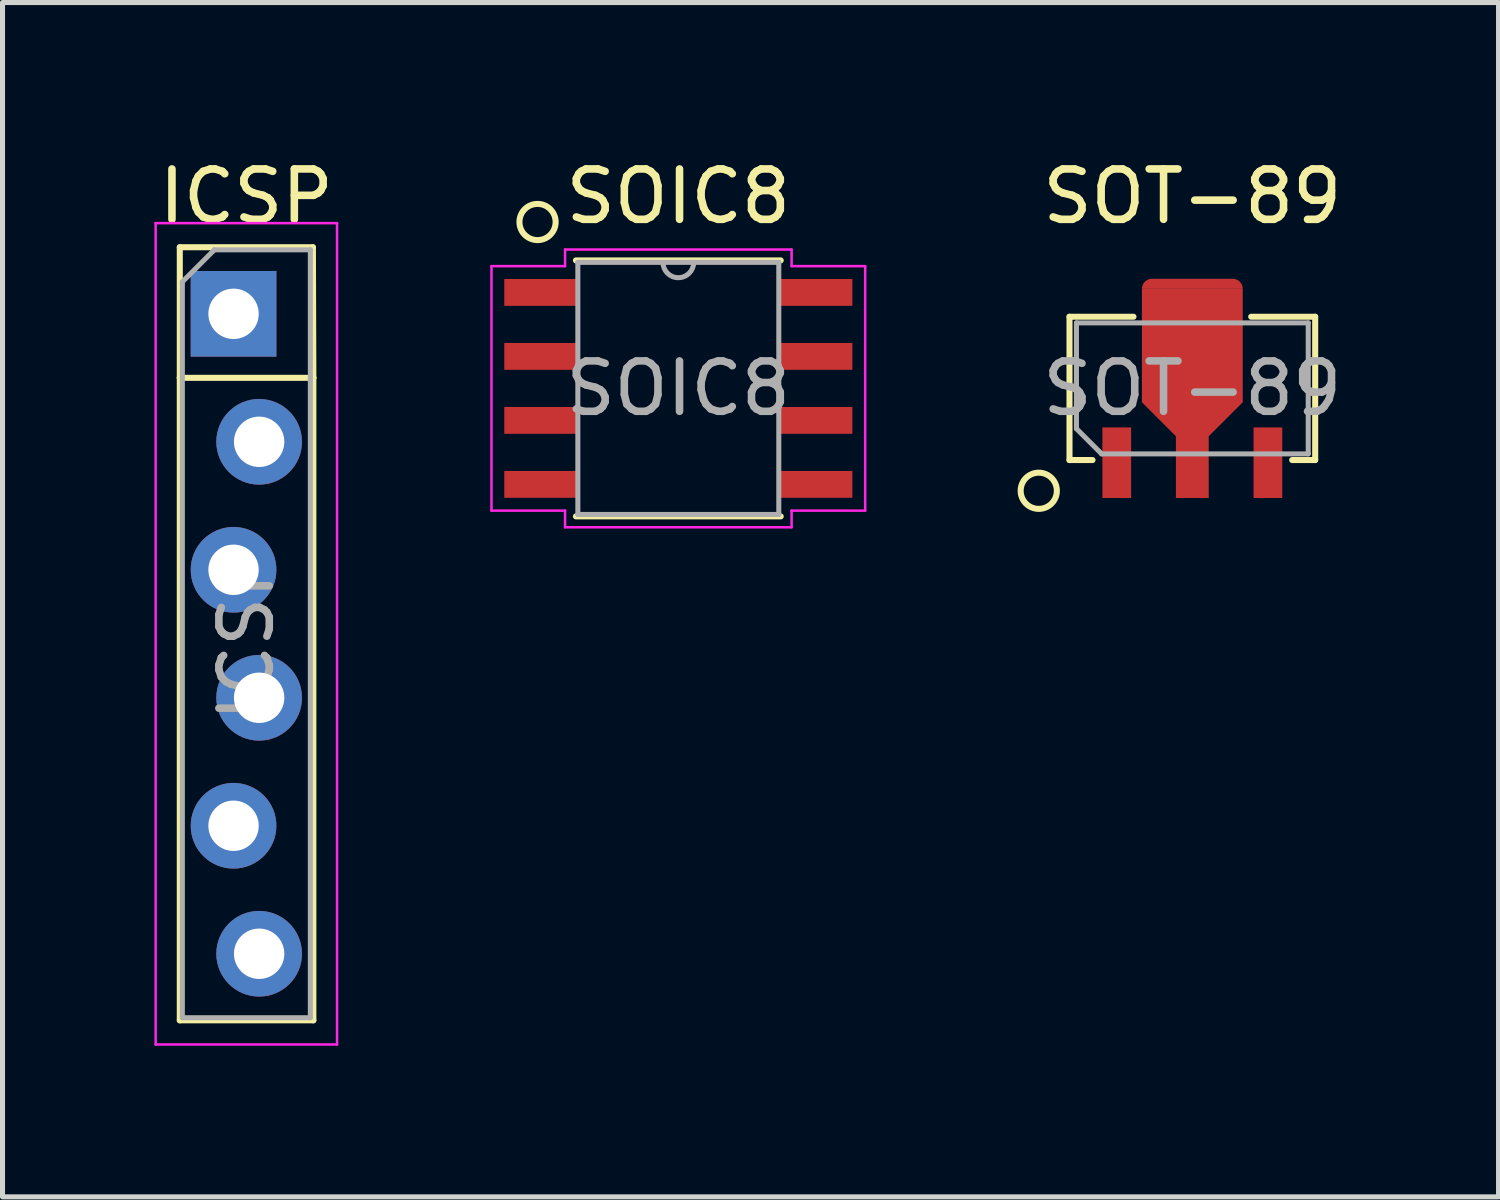
<source format=kicad_pcb>
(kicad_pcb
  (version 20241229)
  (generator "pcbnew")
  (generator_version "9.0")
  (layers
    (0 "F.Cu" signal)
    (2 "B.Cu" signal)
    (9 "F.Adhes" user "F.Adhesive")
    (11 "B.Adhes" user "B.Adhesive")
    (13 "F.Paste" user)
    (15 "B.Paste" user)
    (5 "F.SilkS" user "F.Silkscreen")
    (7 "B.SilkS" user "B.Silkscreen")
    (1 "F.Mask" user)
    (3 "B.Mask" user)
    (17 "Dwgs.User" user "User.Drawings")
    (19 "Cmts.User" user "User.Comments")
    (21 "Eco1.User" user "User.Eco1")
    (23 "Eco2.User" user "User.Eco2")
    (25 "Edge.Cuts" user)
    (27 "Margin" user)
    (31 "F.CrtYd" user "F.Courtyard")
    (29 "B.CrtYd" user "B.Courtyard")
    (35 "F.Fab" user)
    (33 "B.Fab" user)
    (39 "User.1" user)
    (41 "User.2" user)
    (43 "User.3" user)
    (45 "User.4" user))
  (footprint "SOIC8"
    (layer "F.Cu")
    (at 10.412 4.658)
    (property "Reference" "SOIC8" (at 0 -3.81 0) (layer "F.SilkS") (effects (font (size 1 1) (thickness 0.15))))
    (attr through_hole)
    (fp_line (start -2.032 2.54) (end 2.032 2.54) (stroke (width 0.12) (type solid)) (layer "F.SilkS"))
    (fp_line (start 2.032 -2.54) (end -2.032 -2.54) (stroke (width 0.12) (type solid)) (layer "F.SilkS"))
    (fp_circle (center -2.794 -3.302) (end -2.54 -3.048) (stroke (width 0.12) (type solid)) (fill no) (layer "F.SilkS"))
    (fp_line (start -3.708 -2.426) (end -2.248 -2.426) (stroke (width 0.05) (type solid)) (layer "F.CrtYd"))
    (fp_line (start -3.708 2.426) (end -3.708 -2.426) (stroke (width 0.05) (type solid)) (layer "F.CrtYd"))
    (fp_line (start -2.248 -2.756) (end 2.248 -2.756) (stroke (width 0.05) (type solid)) (layer "F.CrtYd"))
    (fp_line (start -2.248 -2.426) (end -2.248 -2.756) (stroke (width 0.05) (type solid)) (layer "F.CrtYd"))
    (fp_line (start -2.248 2.426) (end -3.708 2.426) (stroke (width 0.05) (type solid)) (layer "F.CrtYd"))
    (fp_line (start -2.248 2.756) (end -2.248 2.426) (stroke (width 0.05) (type solid)) (layer "F.CrtYd"))
    (fp_line (start 2.248 -2.756) (end 2.248 -2.426) (stroke (width 0.05) (type solid)) (layer "F.CrtYd"))
    (fp_line (start 2.248 -2.426) (end 3.708 -2.426) (stroke (width 0.05) (type solid)) (layer "F.CrtYd"))
    (fp_line (start 2.248 2.426) (end 2.248 2.756) (stroke (width 0.05) (type solid)) (layer "F.CrtYd"))
    (fp_line (start 2.248 2.756) (end -2.248 2.756) (stroke (width 0.05) (type solid)) (layer "F.CrtYd"))
    (fp_line (start 3.708 -2.426) (end 3.708 2.426) (stroke (width 0.05) (type solid)) (layer "F.CrtYd"))
    (fp_line (start 3.708 2.426) (end 2.248 2.426) (stroke (width 0.05) (type solid)) (layer "F.CrtYd"))
    (fp_line (start -1.994 -2.502) (end -1.994 2.502) (stroke (width 0.1) (type solid)) (layer "F.Fab"))
    (fp_line (start -1.994 2.502) (end 1.994 2.502) (stroke (width 0.1) (type solid)) (layer "F.Fab"))
    (fp_line (start 1.994 -2.502) (end -1.994 -2.502) (stroke (width 0.1) (type solid)) (layer "F.Fab"))
    (fp_line (start 1.994 2.502) (end 1.994 -2.502) (stroke (width 0.1) (type solid)) (layer "F.Fab"))
    (fp_arc (start 0.3048 -2.5019) (mid 0 -2.1971) (end -0.3048 -2.5019) (stroke (width 0.1) (type solid)) (layer "F.Fab"))
    (fp_text user "${REFERENCE}" (at 0 0 0) (unlocked yes) (layer "F.Fab") (effects (font (size 1 1) (thickness 0.15))))
    (pad "1" smd rect (at -2.724 -1.905) (size 1.46 0.533) (layers "F.Cu" "F.Mask" "F.Paste"))
    (pad "2" smd rect (at -2.724 -0.635) (size 1.46 0.533) (layers "F.Cu" "F.Mask" "F.Paste"))
    (pad "3" smd rect (at -2.724 0.635) (size 1.46 0.533) (layers "F.Cu" "F.Mask" "F.Paste"))
    (pad "4" smd rect (at -2.724 1.905) (size 1.46 0.533) (layers "F.Cu" "F.Mask" "F.Paste"))
    (pad "5" smd rect (at 2.724 1.905) (size 1.46 0.533) (layers "F.Cu" "F.Mask" "F.Paste"))
    (pad "6" smd rect (at 2.724 0.635) (size 1.46 0.533) (layers "F.Cu" "F.Mask" "F.Paste"))
    (pad "7" smd rect (at 2.724 -0.635) (size 1.46 0.533) (layers "F.Cu" "F.Mask" "F.Paste"))
    (pad "8" smd rect (at 2.724 -1.905) (size 1.46 0.533) (layers "F.Cu" "F.Mask" "F.Paste")))
  (footprint "SOT-89"
    (layer "F.Cu")
    (at 20.613 4.658)
    (property "Reference" "SOT-89" (at 0 -3.81 0) (unlocked yes) (layer "F.SilkS") (effects (font (size 1 1) (thickness 0.15))))
    (attr smd)
    (fp_poly (pts (xy 1 0.275) (xy 0.325 0.95) (xy 0.325 2.175) (xy -0.325 2.175) (xy -0.325 0.95) (xy -1 0.275) (xy -1 -1.975) (xy 1 -1.975)) (stroke (width 0.001) (type solid)) (fill yes) (layer "F.Cu"))
    (fp_poly (pts (arc (start 0.8 -2.175) (mid 0.941421 -2.116421) (end 1 -1.975)) (arc (start -1 -1.975) (mid -0.941421 -2.116421) (end -0.8 -2.175))) (stroke (width 0.001) (type solid)) (fill yes) (layer "F.Cu"))
    (fp_line (start -2.438 -1.422) (end -1.168 -1.422) (stroke (width 0.12) (type solid)) (layer "F.SilkS"))
    (fp_line (start -2.438 1.422) (end -2.438 -1.422) (stroke (width 0.12) (type solid)) (layer "F.SilkS"))
    (fp_line (start -1.981 1.422) (end -2.438 1.422) (stroke (width 0.12) (type solid)) (layer "F.SilkS"))
    (fp_line (start 1.981 1.422) (end 2.388 1.422) (stroke (width 0.12) (type solid)) (layer "F.SilkS"))
    (fp_line (start 2.388 1.422) (end 2.438 1.422) (stroke (width 0.12) (type solid)) (layer "F.SilkS"))
    (fp_line (start 2.438 -1.422) (end 1.168 -1.422) (stroke (width 0.12) (type solid)) (layer "F.SilkS"))
    (fp_line (start 2.438 1.422) (end 2.438 -1.422) (stroke (width 0.12) (type solid)) (layer "F.SilkS"))
    (fp_circle (center -3.048 2.032) (end -2.794 2.286) (stroke (width 0.12) (type solid)) (fill no) (layer "F.SilkS"))
    (fp_line (start -2.3 -1.3) (end 2.3 -1.3) (stroke (width 0.1) (type solid)) (layer "F.Fab"))
    (fp_line (start -2.3 0.8) (end -2.3 -1.3) (stroke (width 0.1) (type solid)) (layer "F.Fab"))
    (fp_line (start -2.3 0.8) (end -1.8 1.3) (stroke (width 0.1) (type solid)) (layer "F.Fab"))
    (fp_line (start 2.3 -1.3) (end 2.3 1.3) (stroke (width 0.1) (type solid)) (layer "F.Fab"))
    (fp_line (start 2.3 1.3) (end -1.8 1.3) (stroke (width 0.1) (type solid)) (layer "F.Fab"))
    (fp_text user "${REFERENCE}" (at 0 0 0) (unlocked yes) (layer "F.Fab") (effects (font (size 1 1) (thickness 0.15))))
    (pad "1" smd rect (at -1.5 1.475) (size 0.57 1.4) (layers "F.Cu" "F.Mask" "F.Paste"))
    (pad "2" smd custom (at 0 1.475) (size 0.57 1.4) (layers "F.Cu" "F.Mask" "F.Paste") (options (anchor rect)) (primitives))
    (pad "3" smd rect (at 1.5 1.475) (size 0.57 1.4) (layers "F.Cu" "F.Mask" "F.Paste")))
  (footprint "ICSP"
    (layer "F.Cu")
    (at 1.839 3.178)
    (property "Reference" "ICSP" (at 0 -2.33 0) (layer "F.SilkS") (effects (font (size 1 1) (thickness 0.15))))
    (attr through_hole)
    (fp_line (start -1.321 -1.321) (end 1.321 -1.321) (stroke (width 0.12) (type solid)) (layer "F.SilkS"))
    (fp_line (start -1.321 1.27) (end -1.321 -1.321) (stroke (width 0.12) (type solid)) (layer "F.SilkS"))
    (fp_line (start -1.321 1.27) (end -1.321 14.021) (stroke (width 0.12) (type solid)) (layer "F.SilkS"))
    (fp_line (start -1.321 1.27) (end 1.33 1.27) (stroke (width 0.12) (type solid)) (layer "F.SilkS"))
    (fp_line (start -1.321 14.021) (end 1.33 14.021) (stroke (width 0.12) (type solid)) (layer "F.SilkS"))
    (fp_line (start 1.321 -1.321) (end 1.33 1.27) (stroke (width 0.12) (type solid)) (layer "F.SilkS"))
    (fp_line (start 1.33 1.27) (end 1.33 14.021) (stroke (width 0.12) (type solid)) (layer "F.SilkS"))
    (fp_line (start -1.8 -1.8) (end -1.8 14.5) (stroke (width 0.05) (type solid)) (layer "F.CrtYd"))
    (fp_line (start -1.8 14.5) (end 1.8 14.5) (stroke (width 0.05) (type solid)) (layer "F.CrtYd"))
    (fp_line (start 1.8 -1.8) (end -1.8 -1.8) (stroke (width 0.05) (type solid)) (layer "F.CrtYd"))
    (fp_line (start 1.8 14.5) (end 1.8 -1.8) (stroke (width 0.05) (type solid)) (layer "F.CrtYd"))
    (fp_line (start -1.27 -0.635) (end -0.635 -1.27) (stroke (width 0.1) (type solid)) (layer "F.Fab"))
    (fp_line (start -1.27 13.97) (end -1.27 -0.635) (stroke (width 0.1) (type solid)) (layer "F.Fab"))
    (fp_line (start -0.635 -1.27) (end 1.27 -1.27) (stroke (width 0.1) (type solid)) (layer "F.Fab"))
    (fp_line (start 1.27 -1.27) (end 1.27 13.97) (stroke (width 0.1) (type solid)) (layer "F.Fab"))
    (fp_line (start 1.27 13.97) (end -1.27 13.97) (stroke (width 0.1) (type solid)) (layer "F.Fab"))
    (fp_text user "${REFERENCE}" (at 0 6.35 90) (layer "F.Fab") (effects (font (size 1 1) (thickness 0.15))))
    (pad "1" thru_hole rect (at -0.254 0) (size 1.7 1.7) (drill 1) (layers "*.Cu" "*.Mask"))
    (pad "2" thru_hole oval (at 0.254 2.54) (size 1.7 1.7) (drill 1) (layers "*.Cu" "*.Mask"))
    (pad "3" thru_hole oval (at -0.254 5.08) (size 1.7 1.7) (drill 1) (layers "*.Cu" "*.Mask"))
    (pad "4" thru_hole oval (at 0.254 7.62) (size 1.7 1.7) (drill 1) (layers "*.Cu" "*.Mask"))
    (pad "5" thru_hole oval (at -0.254 10.16) (size 1.7 1.7) (drill 1) (layers "*.Cu" "*.Mask"))
    (pad "6" thru_hole oval (at 0.254 12.7) (size 1.7 1.7) (drill 1) (layers "*.Cu" "*.Mask")))
  (gr_rect
    (start -3 -3)
    (end 26.69 20.703)
    (stroke (width 0.1) (type default))
    (fill no)
    (layer "Edge.Cuts")))
</source>
